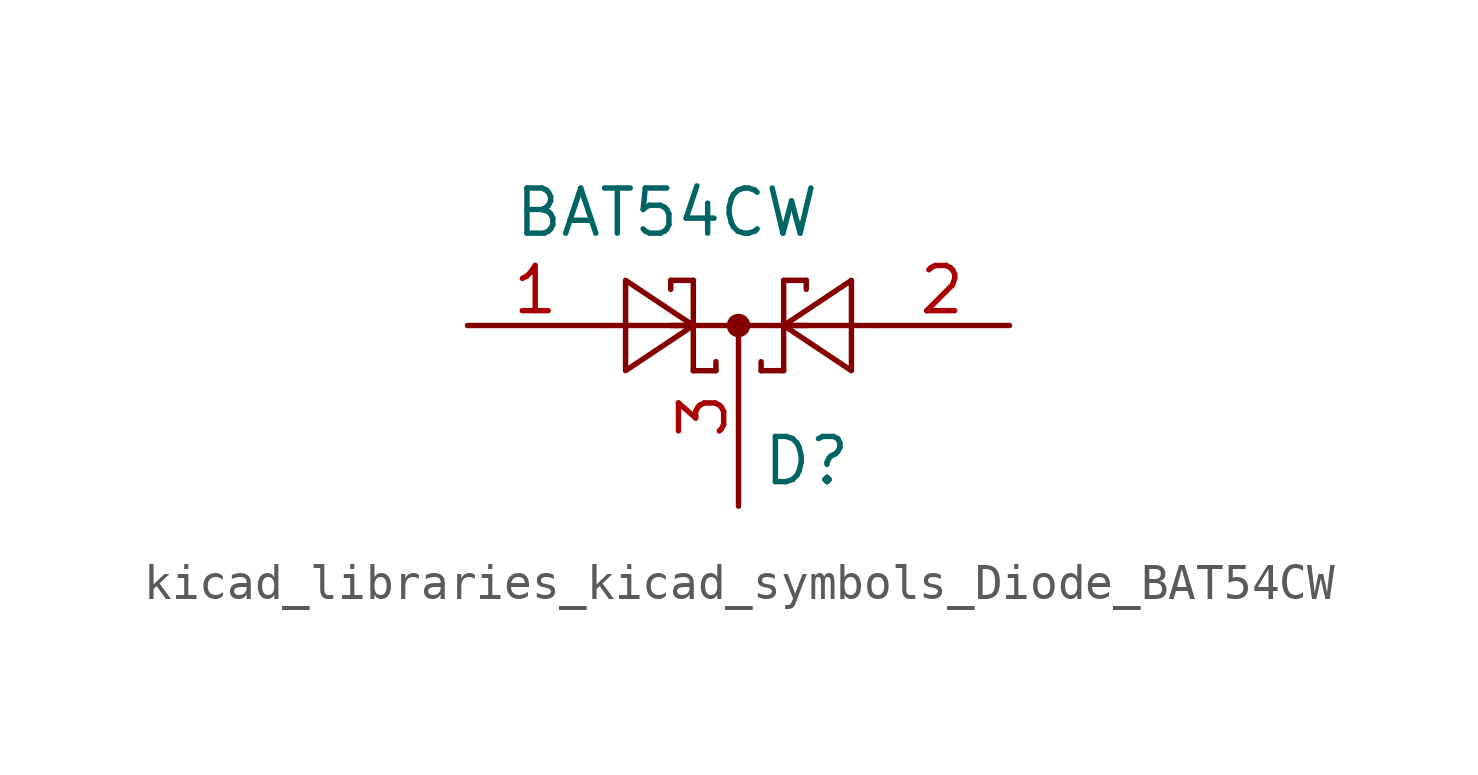
<source format=kicad_sym>
(kicad_symbol_lib
  (version 20220914)
  (generator kicad_symbol_editor)
  (symbol "kicad_libraries_kicad_symbols_Diode_BAT54CW"
    (pin_names
      (offset 1.016))
    (property "Reference" "D"
      (at 0.635 -3.81 0)
      (effects (font (size 1.27 1.27)) (justify left)))
    (property "Value" "BAT54CW"
      (at -6.35 3.175 0)
      (effects (font (size 1.27 1.27)) (justify left)))
    (symbol "kicad_libraries_kicad_symbols_Diode_BAT54CW_0_1"
      (polyline (pts (xy -1.905 0) (xy 1.905 0)) (stroke (width 0) (type default)) (fill (type none)))
      (polyline (pts (xy -1.905 1.27) (xy -1.905 1.016)) (stroke (width 0) (type default)) (fill (type none)))
      (polyline (pts (xy -1.27 -1.27) (xy -0.635 -1.27)) (stroke (width 0) (type default)) (fill (type none)))
      (polyline (pts (xy -1.27 0) (xy -3.81 0)) (stroke (width 0) (type default)) (fill (type none)))
      (polyline (pts (xy -1.27 1.27) (xy -1.905 1.27)) (stroke (width 0) (type default)) (fill (type none)))
      (polyline (pts (xy -1.27 1.27) (xy -1.27 -1.27)) (stroke (width 0) (type default)) (fill (type none)))
      (polyline (pts (xy -0.635 -1.27) (xy -0.635 -1.016)) (stroke (width 0) (type default)) (fill (type none)))
      (polyline (pts (xy 0.635 -1.27) (xy 0.635 -1.016)) (stroke (width 0) (type default)) (fill (type none)))
      (polyline (pts (xy 1.27 -1.27) (xy 0.635 -1.27)) (stroke (width 0) (type default)) (fill (type none)))
      (polyline (pts (xy 1.27 1.27) (xy 1.27 -1.27)) (stroke (width 0) (type default)) (fill (type none)))
      (polyline (pts (xy 1.27 1.27) (xy 1.905 1.27)) (stroke (width 0) (type default)) (fill (type none)))
      (polyline (pts (xy 1.905 1.27) (xy 1.905 1.016)) (stroke (width 0) (type default)) (fill (type none)))
      (polyline (pts (xy 3.81 0) (xy 1.27 0)) (stroke (width 0) (type default)) (fill (type none)))
      (polyline (pts (xy -3.175 -1.27) (xy -3.175 1.27) (xy -1.27 0) (xy -3.175 -1.27)) (stroke (width 0) (type default)) (fill (type none)))
      (polyline (pts (xy 3.175 -1.27) (xy 3.175 1.27) (xy 1.27 0) (xy 3.175 -1.27)) (stroke (width 0) (type default)) (fill (type none)))
      (circle (center 0 0) (radius 0.254) (stroke (width 0) (type default)) (fill (type outline))))
    (symbol "kicad_libraries_kicad_symbols_Diode_BAT54CW_1_1"
      (pin passive line (at -7.62 0 0) (length 3.81) (name "~" (effects (font (size 1.27 1.27)))) (number "1" (effects (font (size 1.27 1.27)))))
      (pin passive line (at 7.62 0 180) (length 3.81) (name "~" (effects (font (size 1.27 1.27)))) (number "2" (effects (font (size 1.27 1.27)))))
      (pin passive line (at 0 -5.08 90) (length 5.08) (name "~" (effects (font (size 1.27 1.27)))) (number "3" (effects (font (size 1.27 1.27))))))))
</source>
